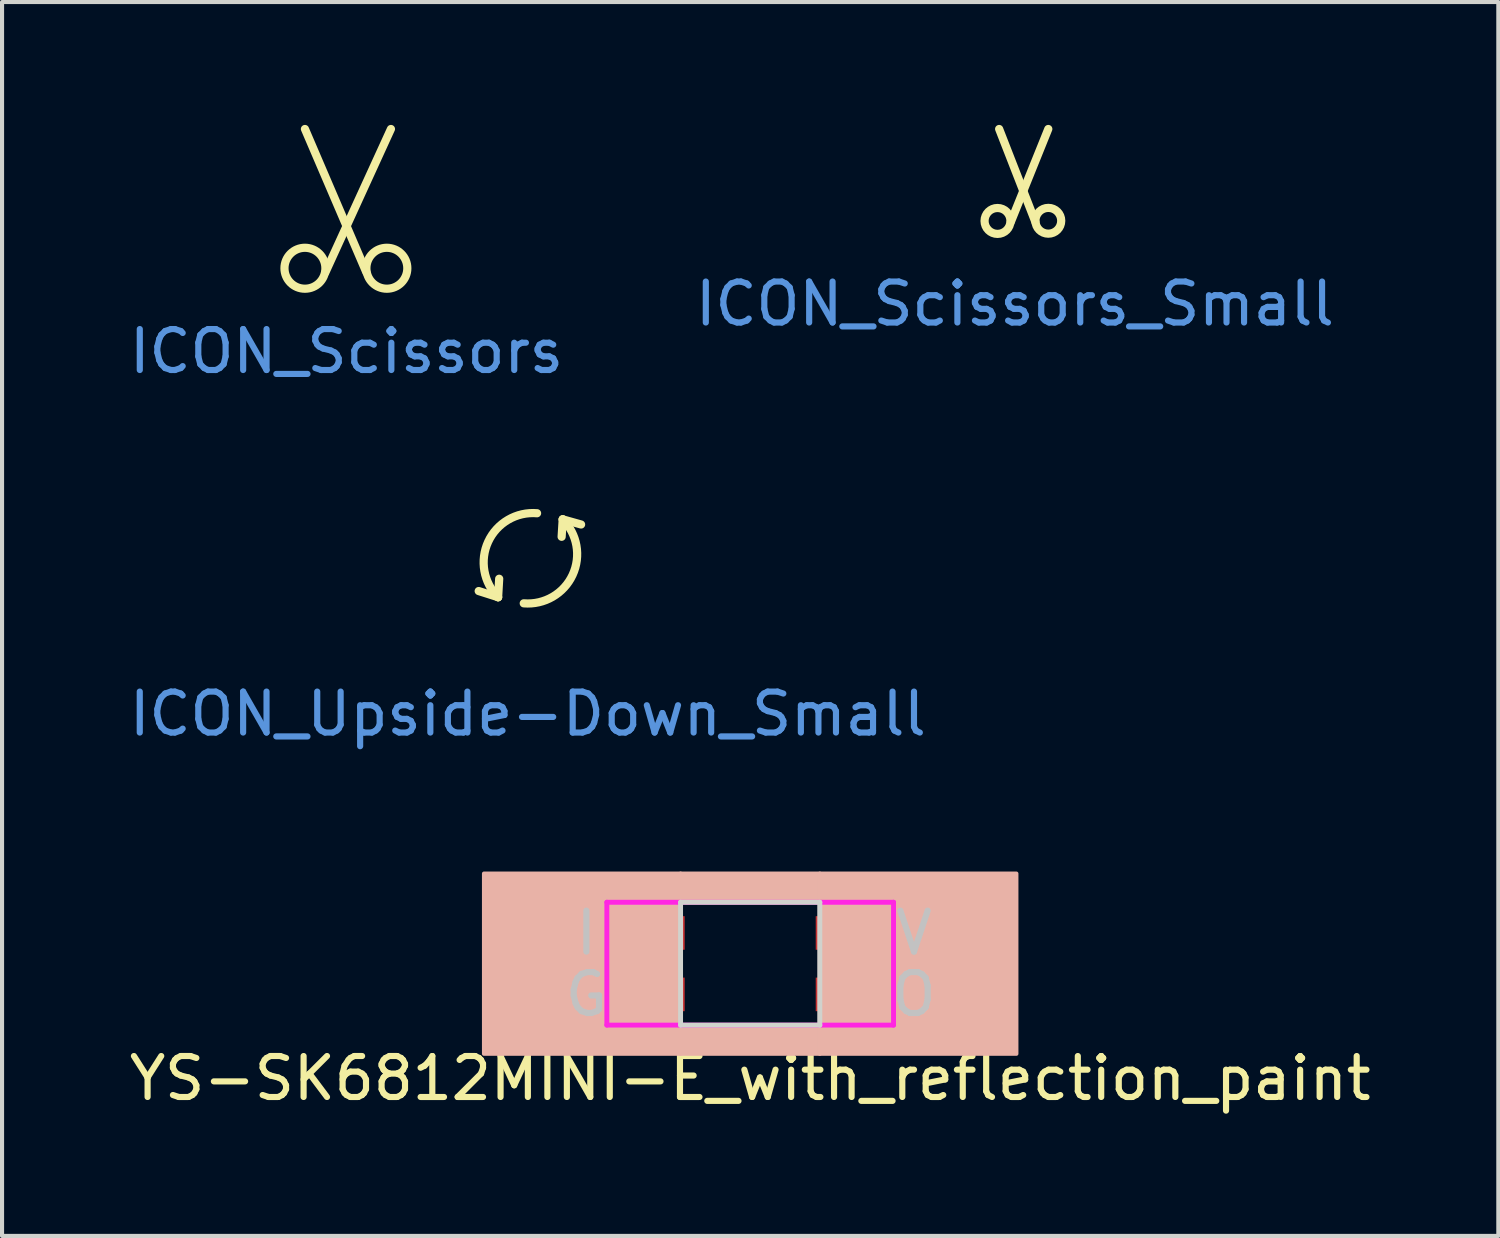
<source format=kicad_pcb>
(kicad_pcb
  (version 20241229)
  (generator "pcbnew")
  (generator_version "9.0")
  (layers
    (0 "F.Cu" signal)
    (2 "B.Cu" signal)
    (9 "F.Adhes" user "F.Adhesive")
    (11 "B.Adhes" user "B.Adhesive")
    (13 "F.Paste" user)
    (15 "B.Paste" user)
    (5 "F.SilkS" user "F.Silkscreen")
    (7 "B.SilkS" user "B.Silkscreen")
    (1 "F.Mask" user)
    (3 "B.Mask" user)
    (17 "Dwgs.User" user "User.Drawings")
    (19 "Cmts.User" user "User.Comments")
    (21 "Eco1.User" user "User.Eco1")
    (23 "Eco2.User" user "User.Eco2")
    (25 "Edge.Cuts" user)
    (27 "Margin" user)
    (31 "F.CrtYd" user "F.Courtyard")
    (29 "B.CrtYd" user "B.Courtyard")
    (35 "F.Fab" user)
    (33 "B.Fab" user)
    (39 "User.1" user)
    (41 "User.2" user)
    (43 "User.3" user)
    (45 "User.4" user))
  (footprint "ICON_Scissors"
    (layer "F.Cu")
    (at 5.411 5.03)
    (property "Reference" "ICON_Scissors" (at 0 0.5 0) (layer "Cmts.User") (effects (font (size 1 1) (thickness 0.15))))
    (attr through_hole)
    (fp_line (start -0.515 -1.43) (end 1.085 -4.93) (stroke (width 0.2) (type solid)) (layer "F.SilkS"))
    (fp_line (start 0.485 -1.43) (end -1.015 -4.93) (stroke (width 0.2) (type solid)) (layer "F.SilkS"))
    (fp_circle (center -1.015 -1.53) (end -0.515 -1.53) (stroke (width 0.2) (type solid)) (fill no) (layer "F.SilkS"))
    (fp_circle (center 0.985 -1.53) (end 1.485 -1.53) (stroke (width 0.2) (type solid)) (fill no) (layer "F.SilkS")))
  (footprint "YS-SK6812MINI-E_with_reflection_paint"
    (layer "F.Cu")
    (at 15.268 20.481)
    (property "Reference" "YS-SK6812MINI-E_with_reflection_paint" (at 0 2.8 0) (layer "F.SilkS") (effects (font (size 1 1) (thickness 0.15))))
    (attr through_hole)
    (fp_line (start -4 0.1) (end -4 1) (stroke (width 0.2) (type solid)) (layer "F.SilkS"))
    (fp_line (start -4 1) (end -3.4 1.6) (stroke (width 0.2) (type solid)) (layer "F.SilkS"))
    (fp_line (start -3.4 1.6) (end -1.9 1.6) (stroke (width 0.2) (type solid)) (layer "F.SilkS"))
    (fp_line (start -1.9 0.1) (end -4 0.1) (stroke (width 0.2) (type solid)) (layer "F.SilkS"))
    (fp_poly (pts (xy -1.7 2.2) (xy -6.5 2.2) (xy -6.5 -2.2) (xy -1.7 -2.2)) (stroke (width 0.1) (type solid)) (fill yes) (layer "B.SilkS"))
    (fp_poly (pts (xy 1.7 -1.5) (xy -1.7 -1.5) (xy -1.7 -2.2) (xy 1.7 -2.2)) (stroke (width 0.1) (type solid)) (fill yes) (layer "B.SilkS"))
    (fp_poly (pts (xy 1.7 2.2) (xy -1.7 2.2) (xy -1.7 1.5) (xy 1.7 1.5)) (stroke (width 0.1) (type solid)) (fill yes) (layer "B.SilkS"))
    (fp_poly (pts (xy 6.5 2.2) (xy 1.7 2.2) (xy 1.7 -2.2) (xy 6.5 -2.2)) (stroke (width 0.1) (type solid)) (fill yes) (layer "B.SilkS"))
    (fp_line (start -1.7 -1.5) (end -1.7 1.5) (stroke (width 0.12) (type solid)) (layer "Edge.Cuts"))
    (fp_line (start -1.7 1.5) (end 1.7 1.5) (stroke (width 0.12) (type solid)) (layer "Edge.Cuts"))
    (fp_line (start 1.7 -1.5) (end -1.7 -1.5) (stroke (width 0.12) (type solid)) (layer "Edge.Cuts"))
    (fp_line (start 1.7 1.5) (end 1.7 -1.5) (stroke (width 0.12) (type solid)) (layer "Edge.Cuts"))
    (fp_line (start -3.5 -1.5) (end -3.5 1.5) (stroke (width 0.12) (type solid)) (layer "F.CrtYd"))
    (fp_line (start -3.5 1.5) (end 3.5 1.5) (stroke (width 0.12) (type solid)) (layer "F.CrtYd"))
    (fp_line (start 3.5 -1.5) (end -3.5 -1.5) (stroke (width 0.12) (type solid)) (layer "F.CrtYd"))
    (fp_line (start 3.5 1.5) (end 3.5 -1.5) (stroke (width 0.12) (type solid)) (layer "F.CrtYd"))
    (fp_text user "O" (at 4 0.75 0) (layer "Dwgs.User") (effects (font (size 1 1) (thickness 0.15))))
    (fp_text user "V" (at 4 -0.75 0) (layer "Dwgs.User") (effects (font (size 1 1) (thickness 0.15))))
    (fp_text user "G" (at -4 0.75 0) (layer "Dwgs.User") (effects (font (size 1 1) (thickness 0.15))))
    (fp_text user "I" (at -4 -0.75 0) (layer "Dwgs.User") (effects (font (size 1 1) (thickness 0.15))))
    (pad "1" smd rect (at 2.5 -0.75) (size 1.8 0.82) (layers "F.Cu" "F.Mask" "F.Paste"))
    (pad "2" smd rect (at 2.5 0.75) (size 1.8 0.82) (layers "F.Cu" "F.Mask" "F.Paste"))
    (pad "3" smd rect (at -2.5 0.75) (size 1.8 0.82) (layers "F.Cu" "F.Mask" "F.Paste"))
    (pad "4" smd rect (at -2.5 -0.75) (size 1.8 0.82) (layers "F.Cu" "F.Mask" "F.Paste")))
  (footprint "ICON_Upside-Down_Small"
    (layer "F.Cu")
    (at 9.839 13.882)
    (property "Reference" "ICON_Upside-Down_Small" (at 0 0.5 0) (layer "Cmts.User") (effects (font (size 1 1) (thickness 0.15))))
    (attr through_hole)
    (fp_line (start -0.726 -2.349) (end -1.2 -2.5) (stroke (width 0.2) (type solid)) (layer "F.SilkS"))
    (fp_line (start -0.726 -2.349) (end -0.7 -2.8) (stroke (width 0.2) (type solid)) (layer "F.SilkS"))
    (fp_line (start 0.851 -4.251) (end 0.825 -3.825) (stroke (width 0.2) (type solid)) (layer "F.SilkS"))
    (fp_line (start 0.851 -4.251) (end 1.3 -4.125) (stroke (width 0.2) (type solid)) (layer "F.SilkS"))
    (fp_arc (start -0.726469 -2.348531) (mid -0.967386 -3.706647) (end 0.225 -4.4) (stroke (width 0.2) (type solid)) (layer "F.SilkS"))
    (fp_arc (start 0.851469 -4.251469) (mid 1.092386 -2.893353) (end -0.1 -2.2) (stroke (width 0.2) (type solid)) (layer "F.SilkS")))
  (footprint "ICON_Scissors_Small"
    (layer "F.Cu")
    (at 21.732 3.87)
    (property "Reference" "ICON_Scissors_Small" (at 0 0.5 0) (layer "Cmts.User") (effects (font (size 1 1) (thickness 0.15))))
    (attr through_hole)
    (fp_line (start -0.1 -1.5) (end 0.815 -3.77) (stroke (width 0.2) (type solid)) (layer "F.SilkS"))
    (fp_line (start 0.5 -1.5) (end -0.385 -3.77) (stroke (width 0.2) (type solid)) (layer "F.SilkS"))
    (fp_circle (center -0.425 -1.525) (end -0.11 -1.495) (stroke (width 0.2) (type solid)) (fill no) (layer "F.SilkS"))
    (fp_circle (center 0.816 -1.529) (end 1.131 -1.529) (stroke (width 0.2) (type solid)) (fill no) (layer "F.SilkS")))
  (gr_rect
    (start -3 -3)
    (end 33.536 27.129)
    (stroke (width 0.1) (type default))
    (fill no)
    (layer "Edge.Cuts")))
</source>
